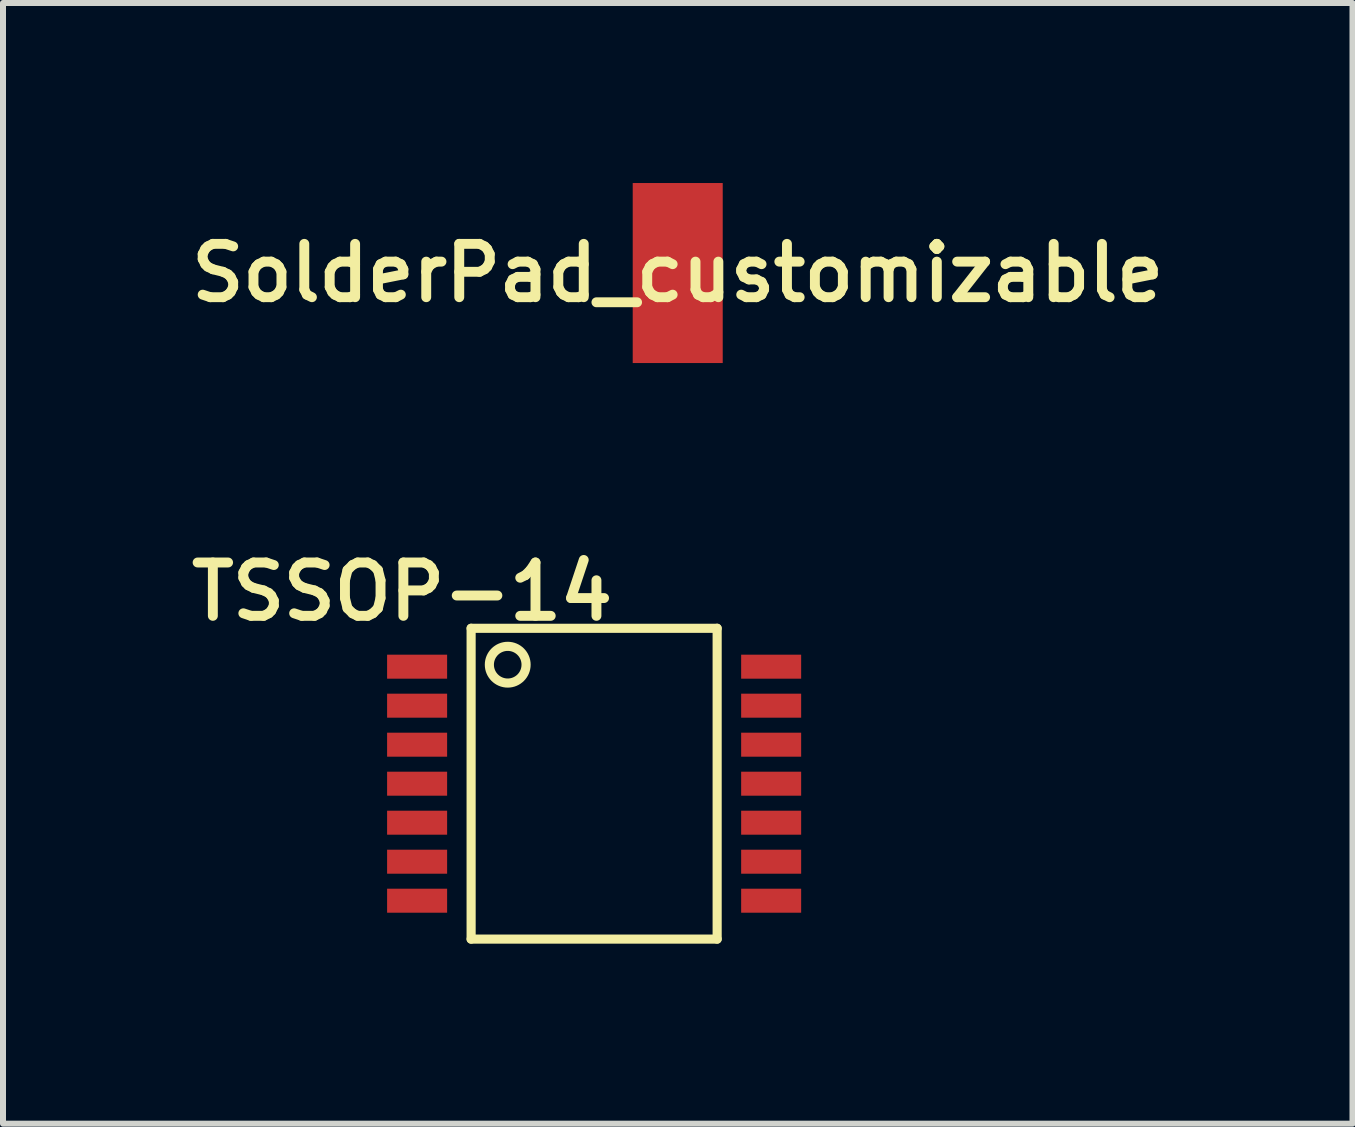
<source format=kicad_pcb>
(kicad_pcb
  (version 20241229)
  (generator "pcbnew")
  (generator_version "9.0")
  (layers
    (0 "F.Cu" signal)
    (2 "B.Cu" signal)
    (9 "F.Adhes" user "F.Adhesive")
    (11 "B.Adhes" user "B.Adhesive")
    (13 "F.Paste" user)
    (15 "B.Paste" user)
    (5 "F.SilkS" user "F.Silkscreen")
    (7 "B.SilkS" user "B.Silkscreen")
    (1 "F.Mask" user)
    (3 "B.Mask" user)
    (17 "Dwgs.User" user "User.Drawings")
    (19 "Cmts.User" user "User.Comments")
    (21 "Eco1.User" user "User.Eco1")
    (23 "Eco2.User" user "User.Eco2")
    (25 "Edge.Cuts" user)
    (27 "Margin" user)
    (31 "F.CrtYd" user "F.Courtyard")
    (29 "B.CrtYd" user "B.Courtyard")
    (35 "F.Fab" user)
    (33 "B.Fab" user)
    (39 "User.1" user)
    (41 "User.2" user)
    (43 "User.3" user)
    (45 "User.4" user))
  (footprint "TSSOP-14"
    (layer "F.Cu")
    (at 6.851 10.01)
    (property "Reference" "TSSOP-14" (at -3.2 -3.2 0) (layer "F.SilkS") (effects (font (size 0.889 0.889) (thickness 0.165))))
    (attr smd)
    (fp_line (start -2.05 -2.59) (end -2.05 2.59) (stroke (width 0.152) (type solid)) (layer "F.SilkS"))
    (fp_line (start -2.05 -2.59) (end 2.05 -2.59) (stroke (width 0.152) (type solid)) (layer "F.SilkS"))
    (fp_line (start -2.05 2.59) (end 2.05 2.59) (stroke (width 0.152) (type solid)) (layer "F.SilkS"))
    (fp_line (start 2.05 -2.59) (end 2.05 2.59) (stroke (width 0.152) (type solid)) (layer "F.SilkS"))
    (fp_circle (center -1.44 -1.983) (end -1.134 -1.983) (stroke (width 0.152) (type solid)) (fill no) (layer "F.SilkS"))
    (pad "1" smd rect (at -2.95 -1.95) (size 1 0.4) (layers "F.Cu" "F.Mask" "F.Paste"))
    (pad "2" smd rect (at -2.95 -1.3) (size 1 0.4) (layers "F.Cu" "F.Mask" "F.Paste"))
    (pad "3" smd rect (at -2.95 -0.65) (size 1 0.4) (layers "F.Cu" "F.Mask" "F.Paste"))
    (pad "4" smd rect (at -2.95 0) (size 1 0.4) (layers "F.Cu" "F.Mask" "F.Paste"))
    (pad "5" smd rect (at -2.95 0.65) (size 1 0.4) (layers "F.Cu" "F.Mask" "F.Paste"))
    (pad "6" smd rect (at -2.95 1.3) (size 1 0.4) (layers "F.Cu" "F.Mask" "F.Paste"))
    (pad "7" smd rect (at -2.95 1.95) (size 1 0.4) (layers "F.Cu" "F.Mask" "F.Paste"))
    (pad "8" smd rect (at 2.95 1.95) (size 1 0.4) (layers "F.Cu" "F.Mask" "F.Paste"))
    (pad "9" smd rect (at 2.95 1.3) (size 1 0.4) (layers "F.Cu" "F.Mask" "F.Paste"))
    (pad "10" smd rect (at 2.95 0.65) (size 1 0.4) (layers "F.Cu" "F.Mask" "F.Paste"))
    (pad "11" smd rect (at 2.95 0) (size 1 0.4) (layers "F.Cu" "F.Mask" "F.Paste"))
    (pad "12" smd rect (at 2.95 -0.65) (size 1 0.4) (layers "F.Cu" "F.Mask" "F.Paste"))
    (pad "13" smd rect (at 2.95 -1.3) (size 1 0.4) (layers "F.Cu" "F.Mask" "F.Paste"))
    (pad "14" smd rect (at 2.95 -1.95) (size 1 0.4) (layers "F.Cu" "F.Mask" "F.Paste")))
  (footprint "SolderPad_customizable"
    (layer "F.Cu")
    (at 8.244 1.5)
    (property "Reference" "SolderPad_customizable" (at 0 0 180) (layer "F.SilkS") (effects (font (size 0.889 0.889) (thickness 0.165))))
    (attr exclude_from_pos_files exclude_from_bom)
    (pad "1" smd rect (at 0 0) (size 1.5 3) (layers "F.Cu" "F.Mask")))
  (gr_rect
    (start -3 -3)
    (end 19.489 15.676)
    (stroke (width 0.1) (type default))
    (fill no)
    (layer "Edge.Cuts")))
</source>
